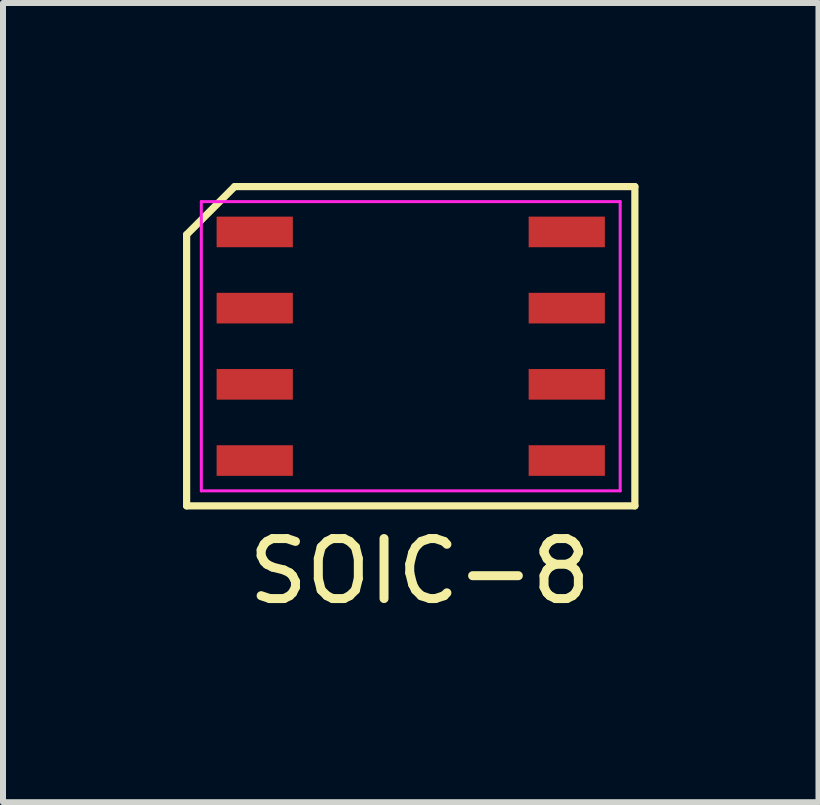
<source format=kicad_pcb>
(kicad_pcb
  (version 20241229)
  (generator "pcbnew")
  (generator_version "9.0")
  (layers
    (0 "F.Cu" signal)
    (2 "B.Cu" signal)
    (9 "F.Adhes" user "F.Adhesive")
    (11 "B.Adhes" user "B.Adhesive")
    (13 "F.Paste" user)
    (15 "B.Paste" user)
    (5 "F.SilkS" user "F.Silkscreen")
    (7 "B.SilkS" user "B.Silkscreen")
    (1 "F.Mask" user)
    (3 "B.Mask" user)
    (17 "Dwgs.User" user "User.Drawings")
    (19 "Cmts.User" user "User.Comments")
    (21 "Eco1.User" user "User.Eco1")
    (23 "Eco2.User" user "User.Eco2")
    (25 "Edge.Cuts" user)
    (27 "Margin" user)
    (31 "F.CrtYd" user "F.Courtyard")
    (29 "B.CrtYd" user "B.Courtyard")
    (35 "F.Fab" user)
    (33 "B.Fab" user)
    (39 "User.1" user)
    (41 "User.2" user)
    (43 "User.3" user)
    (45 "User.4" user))
  (footprint "SOIC-8"
    (layer "F.Cu")
    (at 3.945 2.77)
    (property "Reference" "SOIC-8" (at 0 3.7 180) (layer "F.SilkS") (effects (font (size 1 1) (thickness 0.15))))
    (attr smd)
    (fp_line (start -3.885 -1.91) (end -3.085 -2.71) (stroke (width 0.12) (type solid)) (layer "F.SilkS"))
    (fp_line (start -3.885 2.61) (end -3.885 -1.91) (stroke (width 0.12) (type solid)) (layer "F.SilkS"))
    (fp_line (start -3.085 -2.71) (end 3.585 -2.71) (stroke (width 0.12) (type solid)) (layer "F.SilkS"))
    (fp_line (start 3.585 -2.71) (end 3.585 2.61) (stroke (width 0.12) (type solid)) (layer "F.SilkS"))
    (fp_line (start 3.585 2.61) (end -3.885 2.61) (stroke (width 0.12) (type solid)) (layer "F.SilkS"))
    (fp_line (start -3.64 -2.46) (end 3.34 -2.46) (stroke (width 0.05) (type solid)) (layer "F.CrtYd"))
    (fp_line (start -3.64 2.36) (end -3.64 -2.46) (stroke (width 0.05) (type solid)) (layer "F.CrtYd"))
    (fp_line (start 3.34 -2.46) (end 3.34 2.36) (stroke (width 0.05) (type solid)) (layer "F.CrtYd"))
    (fp_line (start 3.34 2.36) (end -3.64 2.36) (stroke (width 0.05) (type solid)) (layer "F.CrtYd"))
    (pad "1" smd rect (at -2.75 -1.955 270) (size 0.51 1.27) (layers "F.Cu" "F.Mask" "F.Paste"))
    (pad "2" smd rect (at -2.75 -0.685 270) (size 0.51 1.27) (layers "F.Cu" "F.Mask" "F.Paste"))
    (pad "3" smd rect (at -2.75 0.585 270) (size 0.51 1.27) (layers "F.Cu" "F.Mask" "F.Paste"))
    (pad "4" smd rect (at -2.75 1.855 270) (size 0.51 1.27) (layers "F.Cu" "F.Mask" "F.Paste"))
    (pad "5" smd rect (at 2.45 1.855 270) (size 0.51 1.27) (layers "F.Cu" "F.Mask" "F.Paste"))
    (pad "6" smd rect (at 2.45 0.585 270) (size 0.51 1.27) (layers "F.Cu" "F.Mask" "F.Paste"))
    (pad "7" smd rect (at 2.45 -0.685 270) (size 0.51 1.27) (layers "F.Cu" "F.Mask" "F.Paste"))
    (pad "8" smd rect (at 2.45 -1.955 270) (size 0.51 1.27) (layers "F.Cu" "F.Mask" "F.Paste")))
  (gr_rect
    (start -3 -3)
    (end 10.59 10.318)
    (stroke (width 0.1) (type default))
    (fill no)
    (layer "Edge.Cuts")))
</source>
